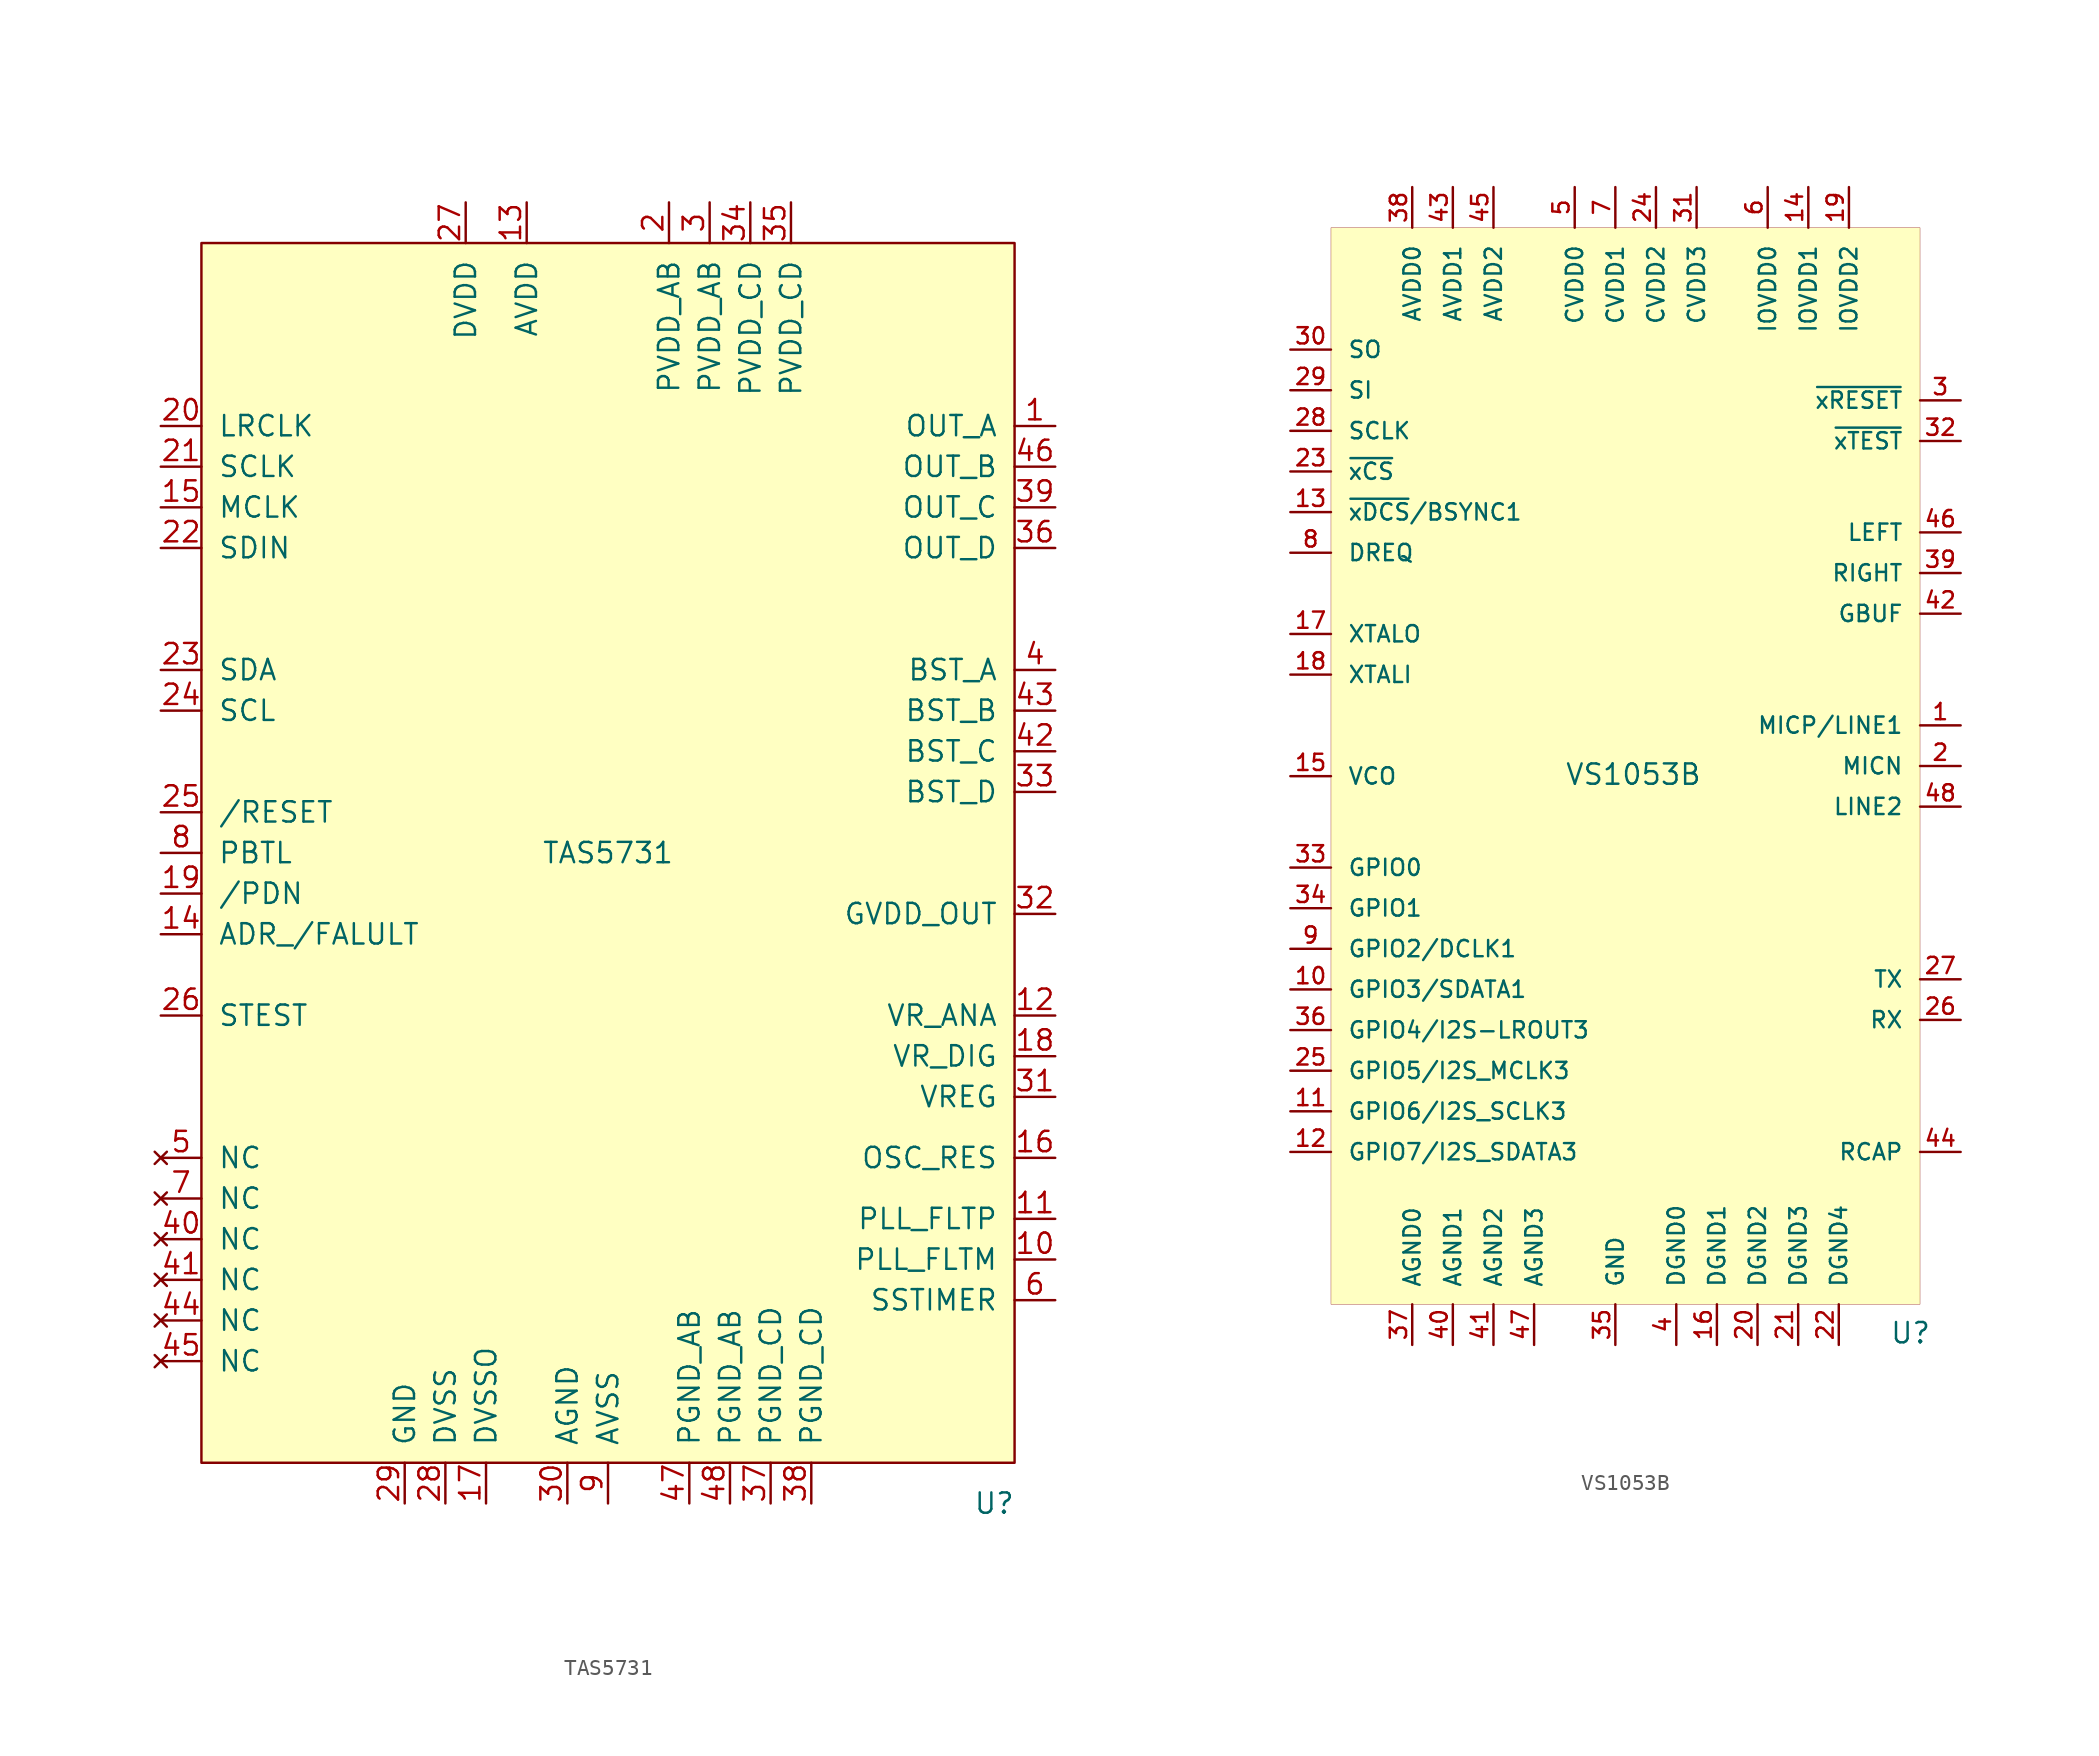
<source format=kicad_sym>
(kicad_symbol_lib
  (version 20201005)
  (generator kicad_symbol_editor)
  (symbol "HoerbaerParts:TAS5731"
    (pin_names
      (offset 1.016))
    (property "Reference" "U"
      (at 24.13 -40.64 0)
      (effects (font (size 1.27 1.27))))
    (property "Value" "TAS5731"
      (at 0 0 0)
      (effects (font (size 1.27 1.27))))
    (symbol "TAS5731_0_0"
      (pin output line (at 27.94 26.67 180) (length 2.54) (name "OUT_A" (effects (font (size 1.27 1.27)))) (number "1" (effects (font (size 1.27 1.27)))))
      (pin output line (at 27.94 -25.4 180) (length 2.54) (name "PLL_FLTM" (effects (font (size 1.27 1.27)))) (number "10" (effects (font (size 1.27 1.27)))))
      (pin output line (at 27.94 -22.86 180) (length 2.54) (name "PLL_FLTP" (effects (font (size 1.27 1.27)))) (number "11" (effects (font (size 1.27 1.27)))))
      (pin passive line (at 27.94 -10.16 180) (length 2.54) (name "VR_ANA" (effects (font (size 1.27 1.27)))) (number "12" (effects (font (size 1.27 1.27)))))
      (pin power_in line (at -5.08 40.64 270) (length 2.54) (name "AVDD" (effects (font (size 1.27 1.27)))) (number "13" (effects (font (size 1.27 1.27)))))
      (pin bidirectional line (at -27.94 -5.08 0) (length 2.54) (name "ADR_/FALULT" (effects (font (size 1.27 1.27)))) (number "14" (effects (font (size 1.27 1.27)))))
      (pin input line (at -27.94 21.59 0) (length 2.54) (name "MCLK" (effects (font (size 1.27 1.27)))) (number "15" (effects (font (size 1.27 1.27)))))
      (pin output line (at 27.94 -19.05 180) (length 2.54) (name "OSC_RES" (effects (font (size 1.27 1.27)))) (number "16" (effects (font (size 1.27 1.27)))))
      (pin passive line (at -7.62 -40.64 90) (length 2.54) (name "DVSSO" (effects (font (size 1.27 1.27)))) (number "17" (effects (font (size 1.27 1.27)))))
      (pin passive line (at 27.94 -12.7 180) (length 2.54) (name "VR_DIG" (effects (font (size 1.27 1.27)))) (number "18" (effects (font (size 1.27 1.27)))))
      (pin input line (at -27.94 -2.54 0) (length 2.54) (name "/PDN" (effects (font (size 1.27 1.27)))) (number "19" (effects (font (size 1.27 1.27)))))
      (pin power_in line (at 3.81 40.64 270) (length 2.54) (name "PVDD_AB" (effects (font (size 1.27 1.27)))) (number "2" (effects (font (size 1.27 1.27)))))
      (pin input line (at -27.94 26.67 0) (length 2.54) (name "LRCLK" (effects (font (size 1.27 1.27)))) (number "20" (effects (font (size 1.27 1.27)))))
      (pin input line (at -27.94 24.13 0) (length 2.54) (name "SCLK" (effects (font (size 1.27 1.27)))) (number "21" (effects (font (size 1.27 1.27)))))
      (pin input line (at -27.94 19.05 0) (length 2.54) (name "SDIN" (effects (font (size 1.27 1.27)))) (number "22" (effects (font (size 1.27 1.27)))))
      (pin bidirectional line (at -27.94 11.43 0) (length 2.54) (name "SDA" (effects (font (size 1.27 1.27)))) (number "23" (effects (font (size 1.27 1.27)))))
      (pin input line (at -27.94 8.89 0) (length 2.54) (name "SCL" (effects (font (size 1.27 1.27)))) (number "24" (effects (font (size 1.27 1.27)))))
      (pin input line (at -27.94 2.54 0) (length 2.54) (name "/RESET" (effects (font (size 1.27 1.27)))) (number "25" (effects (font (size 1.27 1.27)))))
      (pin input line (at -27.94 -10.16 0) (length 2.54) (name "STEST" (effects (font (size 1.27 1.27)))) (number "26" (effects (font (size 1.27 1.27)))))
      (pin power_in line (at -8.89 40.64 270) (length 2.54) (name "DVDD" (effects (font (size 1.27 1.27)))) (number "27" (effects (font (size 1.27 1.27)))))
      (pin passive line (at -10.16 -40.64 90) (length 2.54) (name "DVSS" (effects (font (size 1.27 1.27)))) (number "28" (effects (font (size 1.27 1.27)))))
      (pin passive line (at -12.7 -40.64 90) (length 2.54) (name "GND" (effects (font (size 1.27 1.27)))) (number "29" (effects (font (size 1.27 1.27)))))
      (pin power_in line (at 6.35 40.64 270) (length 2.54) (name "PVDD_AB" (effects (font (size 1.27 1.27)))) (number "3" (effects (font (size 1.27 1.27)))))
      (pin passive line (at -2.54 -40.64 90) (length 2.54) (name "AGND" (effects (font (size 1.27 1.27)))) (number "30" (effects (font (size 1.27 1.27)))))
      (pin passive line (at 27.94 -15.24 180) (length 2.54) (name "VREG" (effects (font (size 1.27 1.27)))) (number "31" (effects (font (size 1.27 1.27)))))
      (pin passive line (at 27.94 -3.81 180) (length 2.54) (name "GVDD_OUT" (effects (font (size 1.27 1.27)))) (number "32" (effects (font (size 1.27 1.27)))))
      (pin passive line (at 27.94 3.81 180) (length 2.54) (name "BST_D" (effects (font (size 1.27 1.27)))) (number "33" (effects (font (size 1.27 1.27)))))
      (pin power_in line (at 8.89 40.64 270) (length 2.54) (name "PVDD_CD" (effects (font (size 1.27 1.27)))) (number "34" (effects (font (size 1.27 1.27)))))
      (pin power_in line (at 11.43 40.64 270) (length 2.54) (name "PVDD_CD" (effects (font (size 1.27 1.27)))) (number "35" (effects (font (size 1.27 1.27)))))
      (pin output line (at 27.94 19.05 180) (length 2.54) (name "OUT_D" (effects (font (size 1.27 1.27)))) (number "36" (effects (font (size 1.27 1.27)))))
      (pin passive line (at 10.16 -40.64 90) (length 2.54) (name "PGND_CD" (effects (font (size 1.27 1.27)))) (number "37" (effects (font (size 1.27 1.27)))))
      (pin passive line (at 12.7 -40.64 90) (length 2.54) (name "PGND_CD" (effects (font (size 1.27 1.27)))) (number "38" (effects (font (size 1.27 1.27)))))
      (pin output line (at 27.94 21.59 180) (length 2.54) (name "OUT_C" (effects (font (size 1.27 1.27)))) (number "39" (effects (font (size 1.27 1.27)))))
      (pin passive line (at 27.94 11.43 180) (length 2.54) (name "BST_A" (effects (font (size 1.27 1.27)))) (number "4" (effects (font (size 1.27 1.27)))))
      (pin no_connect line (at -27.94 -24.13 0) (length 2.54) (name "NC" (effects (font (size 1.27 1.27)))) (number "40" (effects (font (size 1.27 1.27)))))
      (pin no_connect line (at -27.94 -26.67 0) (length 2.54) (name "NC" (effects (font (size 1.27 1.27)))) (number "41" (effects (font (size 1.27 1.27)))))
      (pin passive line (at 27.94 6.35 180) (length 2.54) (name "BST_C" (effects (font (size 1.27 1.27)))) (number "42" (effects (font (size 1.27 1.27)))))
      (pin passive line (at 27.94 8.89 180) (length 2.54) (name "BST_B" (effects (font (size 1.27 1.27)))) (number "43" (effects (font (size 1.27 1.27)))))
      (pin no_connect line (at -27.94 -29.21 0) (length 2.54) (name "NC" (effects (font (size 1.27 1.27)))) (number "44" (effects (font (size 1.27 1.27)))))
      (pin no_connect line (at -27.94 -31.75 0) (length 2.54) (name "NC" (effects (font (size 1.27 1.27)))) (number "45" (effects (font (size 1.27 1.27)))))
      (pin output line (at 27.94 24.13 180) (length 2.54) (name "OUT_B" (effects (font (size 1.27 1.27)))) (number "46" (effects (font (size 1.27 1.27)))))
      (pin passive line (at 5.08 -40.64 90) (length 2.54) (name "PGND_AB" (effects (font (size 1.27 1.27)))) (number "47" (effects (font (size 1.27 1.27)))))
      (pin passive line (at 7.62 -40.64 90) (length 2.54) (name "PGND_AB" (effects (font (size 1.27 1.27)))) (number "48" (effects (font (size 1.27 1.27)))))
      (pin no_connect line (at -27.94 -19.05 0) (length 2.54) (name "NC" (effects (font (size 1.27 1.27)))) (number "5" (effects (font (size 1.27 1.27)))))
      (pin input line (at 27.94 -27.94 180) (length 2.54) (name "SSTIMER" (effects (font (size 1.27 1.27)))) (number "6" (effects (font (size 1.27 1.27)))))
      (pin no_connect line (at -27.94 -21.59 0) (length 2.54) (name "NC" (effects (font (size 1.27 1.27)))) (number "7" (effects (font (size 1.27 1.27)))))
      (pin input line (at -27.94 0 0) (length 2.54) (name "PBTL" (effects (font (size 1.27 1.27)))) (number "8" (effects (font (size 1.27 1.27)))))
      (pin passive line (at 0 -40.64 90) (length 2.54) (name "AVSS" (effects (font (size 1.27 1.27)))) (number "9" (effects (font (size 1.27 1.27))))))
    (symbol "TAS5731_0_1"
      (rectangle (start -25.4 38.1) (end 25.4 -38.1) (stroke (width 0)) (fill (type background)))))
  (symbol "HoerbaerParts:VS1053B"
    (pin_names
      (offset 1.016))
    (property "Reference" "U"
      (at 15.875 -35.56 0)
      (effects (font (size 1.27 1.27)) (justify left bottom)))
    (property "Value" "VS1053B"
      (at -4.445 -0.635 0)
      (effects (font (size 1.27 1.27)) (justify left bottom)))
    (symbol "VS1053B_0_0"
      (pin bidirectional line (at 20.32 3.175 180) (length 2.54) (name "MICP/LINE1" (effects (font (size 1.016 1.016)))) (number "1" (effects (font (size 1.016 1.016)))))
      (pin bidirectional line (at -21.59 -13.335 0) (length 2.54) (name "GPIO3/SDATA1" (effects (font (size 1.016 1.016)))) (number "10" (effects (font (size 1.016 1.016)))))
      (pin bidirectional line (at -21.59 -20.955 0) (length 2.54) (name "GPIO6/I2S_SCLK3" (effects (font (size 1.016 1.016)))) (number "11" (effects (font (size 1.016 1.016)))))
      (pin bidirectional line (at -21.59 -23.495 0) (length 2.54) (name "GPIO7/I2S_SDATA3" (effects (font (size 1.016 1.016)))) (number "12" (effects (font (size 1.016 1.016)))))
      (pin bidirectional line (at -21.59 16.51 0) (length 2.54) (name "~xDCS~/BSYNC1" (effects (font (size 1.016 1.016)))) (number "13" (effects (font (size 1.016 1.016)))))
      (pin power_in line (at 10.795 36.83 270) (length 2.54) (name "IOVDD1" (effects (font (size 1.016 1.016)))) (number "14" (effects (font (size 1.016 1.016)))))
      (pin power_in line (at -21.59 0 0) (length 2.54) (name "VCO" (effects (font (size 1.016 1.016)))) (number "15" (effects (font (size 1.016 1.016)))))
      (pin output line (at 5.08 -35.56 90) (length 2.54) (name "DGND1" (effects (font (size 1.016 1.016)))) (number "16" (effects (font (size 1.016 1.016)))))
      (pin bidirectional line (at -21.59 8.89 0) (length 2.54) (name "XTALO" (effects (font (size 1.016 1.016)))) (number "17" (effects (font (size 1.016 1.016)))))
      (pin bidirectional line (at -21.59 6.35 0) (length 2.54) (name "XTALI" (effects (font (size 1.016 1.016)))) (number "18" (effects (font (size 1.016 1.016)))))
      (pin power_in line (at 13.335 36.83 270) (length 2.54) (name "IOVDD2" (effects (font (size 1.016 1.016)))) (number "19" (effects (font (size 1.016 1.016)))))
      (pin bidirectional line (at 20.32 0.635 180) (length 2.54) (name "MICN" (effects (font (size 1.016 1.016)))) (number "2" (effects (font (size 1.016 1.016)))))
      (pin output line (at 7.62 -35.56 90) (length 2.54) (name "DGND2" (effects (font (size 1.016 1.016)))) (number "20" (effects (font (size 1.016 1.016)))))
      (pin output line (at 10.16 -35.56 90) (length 2.54) (name "DGND3" (effects (font (size 1.016 1.016)))) (number "21" (effects (font (size 1.016 1.016)))))
      (pin output line (at 12.7 -35.56 90) (length 2.54) (name "DGND4" (effects (font (size 1.016 1.016)))) (number "22" (effects (font (size 1.016 1.016)))))
      (pin bidirectional line (at -21.59 19.05 0) (length 2.54) (name "~xCS" (effects (font (size 1.016 1.016)))) (number "23" (effects (font (size 1.016 1.016)))))
      (pin power_in line (at 1.27 36.83 270) (length 2.54) (name "CVDD2" (effects (font (size 1.016 1.016)))) (number "24" (effects (font (size 1.016 1.016)))))
      (pin bidirectional line (at -21.59 -18.415 0) (length 2.54) (name "GPIO5/I2S_MCLK3" (effects (font (size 1.016 1.016)))) (number "25" (effects (font (size 1.016 1.016)))))
      (pin bidirectional line (at 20.32 -15.24 180) (length 2.54) (name "RX" (effects (font (size 1.016 1.016)))) (number "26" (effects (font (size 1.016 1.016)))))
      (pin bidirectional line (at 20.32 -12.7 180) (length 2.54) (name "TX" (effects (font (size 1.016 1.016)))) (number "27" (effects (font (size 1.016 1.016)))))
      (pin bidirectional line (at -21.59 21.59 0) (length 2.54) (name "SCLK" (effects (font (size 1.016 1.016)))) (number "28" (effects (font (size 1.016 1.016)))))
      (pin bidirectional line (at -21.59 24.13 0) (length 2.54) (name "SI" (effects (font (size 1.016 1.016)))) (number "29" (effects (font (size 1.016 1.016)))))
      (pin bidirectional line (at 20.32 23.495 180) (length 2.54) (name "~xRESET" (effects (font (size 1.016 1.016)))) (number "3" (effects (font (size 1.016 1.016)))))
      (pin bidirectional line (at -21.59 26.67 0) (length 2.54) (name "SO" (effects (font (size 1.016 1.016)))) (number "30" (effects (font (size 1.016 1.016)))))
      (pin power_in line (at 3.81 36.83 270) (length 2.54) (name "CVDD3" (effects (font (size 1.016 1.016)))) (number "31" (effects (font (size 1.016 1.016)))))
      (pin bidirectional line (at 20.32 20.955 180) (length 2.54) (name "~xTEST" (effects (font (size 1.016 1.016)))) (number "32" (effects (font (size 1.016 1.016)))))
      (pin bidirectional line (at -21.59 -5.715 0) (length 2.54) (name "GPIO0" (effects (font (size 1.016 1.016)))) (number "33" (effects (font (size 1.016 1.016)))))
      (pin bidirectional line (at -21.59 -8.255 0) (length 2.54) (name "GPIO1" (effects (font (size 1.016 1.016)))) (number "34" (effects (font (size 1.016 1.016)))))
      (pin output line (at -1.27 -35.56 90) (length 2.54) (name "GND" (effects (font (size 1.016 1.016)))) (number "35" (effects (font (size 1.016 1.016)))))
      (pin bidirectional line (at -21.59 -15.875 0) (length 2.54) (name "GPIO4/I2S-LROUT3" (effects (font (size 1.016 1.016)))) (number "36" (effects (font (size 1.016 1.016)))))
      (pin output line (at -13.97 -35.56 90) (length 2.54) (name "AGND0" (effects (font (size 1.016 1.016)))) (number "37" (effects (font (size 1.016 1.016)))))
      (pin output line (at -13.97 36.83 270) (length 2.54) (name "AVDD0" (effects (font (size 1.016 1.016)))) (number "38" (effects (font (size 1.016 1.016)))))
      (pin bidirectional line (at 20.32 12.7 180) (length 2.54) (name "RIGHT" (effects (font (size 1.016 1.016)))) (number "39" (effects (font (size 1.016 1.016)))))
      (pin output line (at 2.54 -35.56 90) (length 2.54) (name "DGND0" (effects (font (size 1.016 1.016)))) (number "4" (effects (font (size 1.016 1.016)))))
      (pin output line (at -11.43 -35.56 90) (length 2.54) (name "AGND1" (effects (font (size 1.016 1.016)))) (number "40" (effects (font (size 1.016 1.016)))))
      (pin output line (at -8.89 -35.56 90) (length 2.54) (name "AGND2" (effects (font (size 1.016 1.016)))) (number "41" (effects (font (size 1.016 1.016)))))
      (pin bidirectional line (at 20.32 10.16 180) (length 2.54) (name "GBUF" (effects (font (size 1.016 1.016)))) (number "42" (effects (font (size 1.016 1.016)))))
      (pin power_in line (at -11.43 36.83 270) (length 2.54) (name "AVDD1" (effects (font (size 1.016 1.016)))) (number "43" (effects (font (size 1.016 1.016)))))
      (pin bidirectional line (at 20.32 -23.495 180) (length 2.54) (name "RCAP" (effects (font (size 1.016 1.016)))) (number "44" (effects (font (size 1.016 1.016)))))
      (pin power_in line (at -8.89 36.83 270) (length 2.54) (name "AVDD2" (effects (font (size 1.016 1.016)))) (number "45" (effects (font (size 1.016 1.016)))))
      (pin bidirectional line (at 20.32 15.24 180) (length 2.54) (name "LEFT" (effects (font (size 1.016 1.016)))) (number "46" (effects (font (size 1.016 1.016)))))
      (pin output line (at -6.35 -35.56 90) (length 2.54) (name "AGND3" (effects (font (size 1.016 1.016)))) (number "47" (effects (font (size 1.016 1.016)))))
      (pin bidirectional line (at 20.32 -1.905 180) (length 2.54) (name "LINE2" (effects (font (size 1.016 1.016)))) (number "48" (effects (font (size 1.016 1.016)))))
      (pin power_in line (at -3.81 36.83 270) (length 2.54) (name "CVDD0" (effects (font (size 1.016 1.016)))) (number "5" (effects (font (size 1.016 1.016)))))
      (pin power_in line (at 8.255 36.83 270) (length 2.54) (name "IOVDD0" (effects (font (size 1.016 1.016)))) (number "6" (effects (font (size 1.016 1.016)))))
      (pin power_in line (at -1.27 36.83 270) (length 2.54) (name "CVDD1" (effects (font (size 1.016 1.016)))) (number "7" (effects (font (size 1.016 1.016)))))
      (pin bidirectional line (at -21.59 13.97 0) (length 2.54) (name "DREQ" (effects (font (size 1.016 1.016)))) (number "8" (effects (font (size 1.016 1.016)))))
      (pin bidirectional line (at -21.59 -10.795 0) (length 2.54) (name "GPIO2/DCLK1" (effects (font (size 1.016 1.016)))) (number "9" (effects (font (size 1.016 1.016))))))
    (symbol "VS1053B_1_1"
      (rectangle (start -19.05 34.29) (end 17.78 -33.02) (stroke (width 0.001)) (fill (type background))))))
</source>
